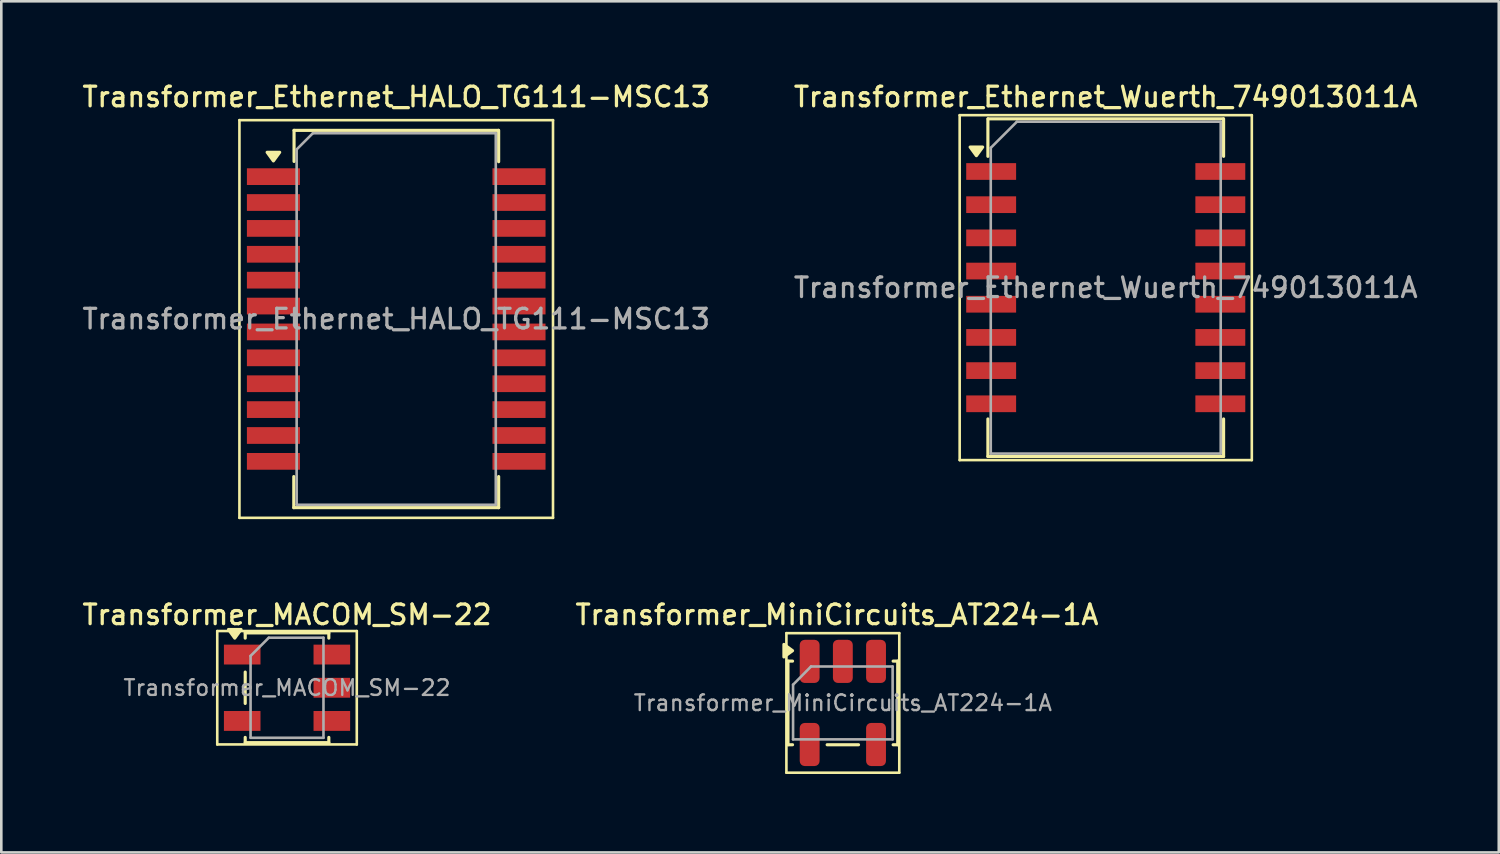
<source format=kicad_pcb>
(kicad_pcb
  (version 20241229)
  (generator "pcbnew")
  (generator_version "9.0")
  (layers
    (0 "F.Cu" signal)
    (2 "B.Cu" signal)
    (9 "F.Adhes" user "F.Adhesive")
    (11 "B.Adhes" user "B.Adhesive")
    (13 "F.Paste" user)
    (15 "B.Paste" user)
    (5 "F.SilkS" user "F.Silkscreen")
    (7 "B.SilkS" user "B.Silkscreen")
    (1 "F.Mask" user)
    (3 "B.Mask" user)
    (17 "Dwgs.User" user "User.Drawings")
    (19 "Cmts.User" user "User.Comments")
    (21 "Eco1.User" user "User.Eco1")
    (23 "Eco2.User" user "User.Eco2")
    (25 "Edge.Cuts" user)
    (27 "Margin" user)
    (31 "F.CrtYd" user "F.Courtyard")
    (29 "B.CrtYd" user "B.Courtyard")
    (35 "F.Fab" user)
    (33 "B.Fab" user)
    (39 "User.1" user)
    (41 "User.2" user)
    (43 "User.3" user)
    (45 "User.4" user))
  (footprint "Transformer_MACOM_SM-22"
    (layer "F.Cu")
    (at 7.934 23.27)
    (property "Reference" "Transformer_MACOM_SM-22" (at 0 -2.794 0) (layer "F.SilkS") (effects (font (size 0.75 0.75) (thickness 0.125))))
    (attr smd)
    (fp_line (start -2.67 -2.17) (end 2.67 -2.17) (stroke (width 0.1) (type solid)) (layer "F.SilkS"))
    (fp_line (start -2.67 2.17) (end -2.67 -2.17) (stroke (width 0.1) (type solid)) (layer "F.SilkS"))
    (fp_line (start -1.6 -2.1) (end -1.6 -1.9) (stroke (width 0.12) (type solid)) (layer "F.SilkS"))
    (fp_line (start -1.6 -0.6) (end -1.6 0.6) (stroke (width 0.12) (type solid)) (layer "F.SilkS"))
    (fp_line (start -1.6 1.9) (end -1.6 2.1) (stroke (width 0.12) (type solid)) (layer "F.SilkS"))
    (fp_line (start -1.6 2.1) (end 1.6 2.1) (stroke (width 0.12) (type solid)) (layer "F.SilkS"))
    (fp_line (start 1.6 -2.1) (end -1.6 -2.1) (stroke (width 0.12) (type solid)) (layer "F.SilkS"))
    (fp_line (start 1.6 -1.9) (end 1.6 -2.1) (stroke (width 0.12) (type solid)) (layer "F.SilkS"))
    (fp_line (start 1.6 2.1) (end 1.6 1.9) (stroke (width 0.12) (type solid)) (layer "F.SilkS"))
    (fp_line (start 2.67 -2.17) (end 2.67 2.17) (stroke (width 0.1) (type solid)) (layer "F.SilkS"))
    (fp_line (start 2.67 2.17) (end -2.67 2.17) (stroke (width 0.1) (type solid)) (layer "F.SilkS"))
    (fp_poly (pts (xy -2 -1.9) (xy -2.24 -2.23) (xy -1.76 -2.23) (xy -2 -1.9)) (stroke (width 0.12) (type solid)) (fill yes) (layer "F.SilkS"))
    (fp_line (start -1.395 -1.218) (end -0.698 -1.915) (stroke (width 0.1) (type solid)) (layer "F.Fab"))
    (fp_line (start -1.395 1.915) (end -1.395 -1.218) (stroke (width 0.1) (type solid)) (layer "F.Fab"))
    (fp_line (start -0.698 -1.915) (end 1.395 -1.915) (stroke (width 0.1) (type solid)) (layer "F.Fab"))
    (fp_line (start 1.395 -1.915) (end 1.395 1.915) (stroke (width 0.1) (type solid)) (layer "F.Fab"))
    (fp_line (start 1.395 1.915) (end -1.395 1.915) (stroke (width 0.1) (type solid)) (layer "F.Fab"))
    (fp_text user "${REFERENCE}" (at 0 0 0) (layer "F.Fab") (effects (font (size 0.6 0.6) (thickness 0.09))))
    (pad "1" smd rect (at -1.715 -1.27) (size 1.4 0.76) (layers "F.Cu" "F.Mask" "F.Paste"))
    (pad "2" smd rect (at -1.715 1.27) (size 1.4 0.76) (layers "F.Cu" "F.Mask" "F.Paste"))
    (pad "3" smd rect (at 1.715 1.27) (size 1.4 0.76) (layers "F.Cu" "F.Mask" "F.Paste"))
    (pad "4" smd rect (at 1.715 0) (size 1.4 0.76) (layers "F.Cu" "F.Mask" "F.Paste"))
    (pad "5" smd rect (at 1.715 -1.27) (size 1.4 0.76) (layers "F.Cu" "F.Mask" "F.Paste")))
  (footprint "Transformer_Ethernet_Wuerth_749013011A"
    (layer "F.Cu")
    (at 39.266 7.958)
    (property "Reference" "Transformer_Ethernet_Wuerth_749013011A" (at 0 -7.3 0) (layer "F.SilkS") (effects (font (size 0.75 0.75) (thickness 0.125))))
    (attr smd)
    (fp_line (start -5.59 -6.6) (end -5.59 6.6) (stroke (width 0.1) (type solid)) (layer "F.SilkS"))
    (fp_line (start -5.59 -6.6) (end 5.59 -6.6) (stroke (width 0.1) (type solid)) (layer "F.SilkS"))
    (fp_line (start -5.59 6.6) (end 5.59 6.6) (stroke (width 0.1) (type solid)) (layer "F.SilkS"))
    (fp_line (start -4.51 -6.46) (end -4.51 -5.025) (stroke (width 0.12) (type solid)) (layer "F.SilkS"))
    (fp_line (start -4.51 6.46) (end -4.51 5.025) (stroke (width 0.12) (type solid)) (layer "F.SilkS"))
    (fp_line (start -4.51 6.46) (end 4.51 6.46) (stroke (width 0.12) (type solid)) (layer "F.SilkS"))
    (fp_line (start -4.5 -6.46) (end 4.5 -6.46) (stroke (width 0.12) (type solid)) (layer "F.SilkS"))
    (fp_line (start 4.51 -6.46) (end 4.51 -5.025) (stroke (width 0.12) (type solid)) (layer "F.SilkS"))
    (fp_line (start 4.51 6.46) (end 4.51 5.025) (stroke (width 0.12) (type solid)) (layer "F.SilkS"))
    (fp_line (start 5.59 -6.6) (end 5.59 6.6) (stroke (width 0.1) (type solid)) (layer "F.SilkS"))
    (fp_poly (pts (xy -4.95 -5.05) (xy -5.19 -5.38) (xy -4.71 -5.38) (xy -4.95 -5.05)) (stroke (width 0.12) (type solid)) (fill yes) (layer "F.SilkS"))
    (fp_line (start -4.4 -5.35) (end -4.4 6.35) (stroke (width 0.1) (type solid)) (layer "F.Fab"))
    (fp_line (start -4.4 -5.35) (end -3.4 -6.35) (stroke (width 0.1) (type solid)) (layer "F.Fab"))
    (fp_line (start -4.4 6.35) (end 4.4 6.35) (stroke (width 0.1) (type solid)) (layer "F.Fab"))
    (fp_line (start -3.4 -6.35) (end 4.4 -6.35) (stroke (width 0.1) (type solid)) (layer "F.Fab"))
    (fp_line (start 4.4 -6.35) (end 4.4 6.35) (stroke (width 0.1) (type solid)) (layer "F.Fab"))
    (fp_text user "${REFERENCE}" (at 0 0 0) (layer "F.Fab") (effects (font (size 0.75 0.75) (thickness 0.125))))
    (pad "1" smd rect (at -4.385 -4.445) (size 1.91 0.64) (layers "F.Cu" "F.Mask" "F.Paste"))
    (pad "2" smd rect (at -4.385 -3.175) (size 1.91 0.64) (layers "F.Cu" "F.Mask" "F.Paste"))
    (pad "3" smd rect (at -4.385 -1.905) (size 1.91 0.64) (layers "F.Cu" "F.Mask" "F.Paste"))
    (pad "4" smd rect (at -4.385 -0.635) (size 1.91 0.64) (layers "F.Cu" "F.Mask" "F.Paste"))
    (pad "5" smd rect (at -4.385 0.635) (size 1.91 0.64) (layers "F.Cu" "F.Mask" "F.Paste"))
    (pad "6" smd rect (at -4.385 1.905) (size 1.91 0.64) (layers "F.Cu" "F.Mask" "F.Paste"))
    (pad "7" smd rect (at -4.385 3.175) (size 1.91 0.64) (layers "F.Cu" "F.Mask" "F.Paste"))
    (pad "8" smd rect (at -4.385 4.445) (size 1.91 0.64) (layers "F.Cu" "F.Mask" "F.Paste"))
    (pad "9" smd rect (at 4.385 4.445) (size 1.91 0.64) (layers "F.Cu" "F.Mask" "F.Paste"))
    (pad "10" smd rect (at 4.385 3.175) (size 1.91 0.64) (layers "F.Cu" "F.Mask" "F.Paste"))
    (pad "11" smd rect (at 4.385 1.905) (size 1.91 0.64) (layers "F.Cu" "F.Mask" "F.Paste"))
    (pad "12" smd rect (at 4.385 0.635) (size 1.91 0.64) (layers "F.Cu" "F.Mask" "F.Paste"))
    (pad "13" smd rect (at 4.385 -0.635) (size 1.91 0.64) (layers "F.Cu" "F.Mask" "F.Paste"))
    (pad "14" smd rect (at 4.385 -1.905) (size 1.91 0.64) (layers "F.Cu" "F.Mask" "F.Paste"))
    (pad "15" smd rect (at 4.385 -3.175) (size 1.91 0.64) (layers "F.Cu" "F.Mask" "F.Paste"))
    (pad "16" smd rect (at 4.385 -4.445) (size 1.91 0.64) (layers "F.Cu" "F.Mask" "F.Paste")))
  (footprint "Transformer_MiniCircuits_AT224-1A"
    (layer "F.Cu")
    (at 29.205 23.851)
    (property "Reference" "Transformer_MiniCircuits_AT224-1A" (at -0.225 -3.375 0) (layer "F.SilkS") (effects (font (size 0.75 0.75) (thickness 0.125))))
    (attr smd)
    (fp_line (start -2.16 -2.67) (end 2.16 -2.67) (stroke (width 0.1) (type solid)) (layer "F.SilkS"))
    (fp_line (start -2.16 2.67) (end -2.16 -2.67) (stroke (width 0.1) (type solid)) (layer "F.SilkS"))
    (fp_line (start -2.1 -1.6) (end -1.925 -1.6) (stroke (width 0.12) (type solid)) (layer "F.SilkS"))
    (fp_line (start -2.1 1.6) (end -2.1 -1.6) (stroke (width 0.12) (type solid)) (layer "F.SilkS"))
    (fp_line (start -1.925 1.6) (end -2.1 1.6) (stroke (width 0.12) (type solid)) (layer "F.SilkS"))
    (fp_line (start -0.6 1.6) (end 0.6 1.6) (stroke (width 0.12) (type solid)) (layer "F.SilkS"))
    (fp_line (start 1.925 1.6) (end 2.1 1.6) (stroke (width 0.12) (type solid)) (layer "F.SilkS"))
    (fp_line (start 2.1 -1.6) (end 1.925 -1.6) (stroke (width 0.12) (type solid)) (layer "F.SilkS"))
    (fp_line (start 2.1 1.6) (end 2.1 -1.6) (stroke (width 0.12) (type solid)) (layer "F.SilkS"))
    (fp_line (start 2.16 -2.67) (end 2.16 2.67) (stroke (width 0.1) (type solid)) (layer "F.SilkS"))
    (fp_line (start 2.16 2.67) (end -2.16 2.67) (stroke (width 0.1) (type solid)) (layer "F.SilkS"))
    (fp_poly (pts (xy -1.925 -2) (xy -2.255 -1.76) (xy -2.255 -2.24) (xy -1.925 -2)) (stroke (width 0.12) (type solid)) (fill yes) (layer "F.SilkS"))
    (fp_line (start -1.905 1.395) (end -1.905 -0.698) (stroke (width 0.1) (type solid)) (layer "F.Fab"))
    (fp_line (start -1.218 -1.395) (end -1.905 -0.698) (stroke (width 0.1) (type solid)) (layer "F.Fab"))
    (fp_line (start -1.218 -1.395) (end 1.905 -1.395) (stroke (width 0.1) (type solid)) (layer "F.Fab"))
    (fp_line (start 1.905 -1.395) (end 1.905 1.395) (stroke (width 0.1) (type solid)) (layer "F.Fab"))
    (fp_line (start 1.905 1.395) (end -1.905 1.395) (stroke (width 0.1) (type solid)) (layer "F.Fab"))
    (fp_text user "${REFERENCE}" (at 0 0 180) (layer "F.Fab") (effects (font (size 0.6 0.6) (thickness 0.09))))
    (pad "1" smd roundrect (at -1.27 -1.59 90) (size 1.65 0.76) (layers "F.Cu" "F.Mask" "F.Paste") (roundrect_rratio 0.25))
    (pad "2" smd roundrect (at 0 -1.59 90) (size 1.65 0.76) (layers "F.Cu" "F.Mask" "F.Paste") (roundrect_rratio 0.25))
    (pad "3" smd roundrect (at 1.27 -1.59 90) (size 1.65 0.76) (layers "F.Cu" "F.Mask" "F.Paste") (roundrect_rratio 0.25))
    (pad "4" smd roundrect (at 1.27 1.59 90) (size 1.65 0.76) (layers "F.Cu" "F.Mask" "F.Paste") (roundrect_rratio 0.25))
    (pad "6" smd roundrect (at -1.27 1.59 90) (size 1.65 0.76) (layers "F.Cu" "F.Mask" "F.Paste") (roundrect_rratio 0.25)))
  (footprint "Transformer_Ethernet_HALO_TG111-MSC13"
    (layer "F.Cu")
    (at 12.113 9.158)
    (property "Reference" "Transformer_Ethernet_HALO_TG111-MSC13" (at 0 -8.5 0) (layer "F.SilkS") (effects (font (size 0.75 0.75) (thickness 0.125))))
    (attr smd)
    (fp_line (start -6 7.61) (end -6 -7.61) (stroke (width 0.1) (type solid)) (layer "F.SilkS"))
    (fp_line (start -6 7.61) (end 6 7.61) (stroke (width 0.1) (type solid)) (layer "F.SilkS"))
    (fp_line (start -3.92 6.03) (end -3.92 7.22) (stroke (width 0.12) (type solid)) (layer "F.SilkS"))
    (fp_line (start -3.92 7.22) (end 3.92 7.22) (stroke (width 0.12) (type solid)) (layer "F.SilkS"))
    (fp_line (start -3.91 -7.22) (end -3.91 -6.03) (stroke (width 0.12) (type solid)) (layer "F.SilkS"))
    (fp_line (start -3.91 -7.22) (end 3.91 -7.22) (stroke (width 0.12) (type solid)) (layer "F.SilkS"))
    (fp_line (start 3.92 -7.22) (end 3.92 -6.02) (stroke (width 0.12) (type solid)) (layer "F.SilkS"))
    (fp_line (start 3.92 6.03) (end 3.92 7.22) (stroke (width 0.12) (type solid)) (layer "F.SilkS"))
    (fp_line (start 6 -7.61) (end -6 -7.61) (stroke (width 0.1) (type solid)) (layer "F.SilkS"))
    (fp_line (start 6 7.61) (end 6 -7.61) (stroke (width 0.1) (type solid)) (layer "F.SilkS"))
    (fp_poly (pts (xy -4.7 -6.05) (xy -4.94 -6.38) (xy -4.46 -6.38) (xy -4.7 -6.05)) (stroke (width 0.12) (type solid)) (fill yes) (layer "F.SilkS"))
    (fp_line (start -3.81 7.11) (end -3.81 -6.49) (stroke (width 0.1) (type solid)) (layer "F.Fab"))
    (fp_line (start -3.81 7.11) (end 3.81 7.11) (stroke (width 0.1) (type solid)) (layer "F.Fab"))
    (fp_line (start -3.19 -7.11) (end -3.81 -6.49) (stroke (width 0.1) (type solid)) (layer "F.Fab"))
    (fp_line (start -3.19 -7.11) (end 3.81 -7.11) (stroke (width 0.1) (type solid)) (layer "F.Fab"))
    (fp_line (start 3.81 7.11) (end 3.81 -7.11) (stroke (width 0.1) (type solid)) (layer "F.Fab"))
    (fp_text user "${REFERENCE}" (at 0 0 0) (layer "F.Fab") (effects (font (size 0.75 0.75) (thickness 0.125))))
    (pad "1" smd rect (at -4.699 -5.448 270) (size 0.64 2.03) (layers "F.Cu" "F.Mask" "F.Paste"))
    (pad "2" smd rect (at -4.699 -4.458 270) (size 0.64 2.03) (layers "F.Cu" "F.Mask" "F.Paste"))
    (pad "3" smd rect (at -4.699 -3.467 270) (size 0.64 2.03) (layers "F.Cu" "F.Mask" "F.Paste"))
    (pad "4" smd rect (at -4.699 -2.477 270) (size 0.64 2.03) (layers "F.Cu" "F.Mask" "F.Paste"))
    (pad "5" smd rect (at -4.699 -1.486 270) (size 0.64 2.03) (layers "F.Cu" "F.Mask" "F.Paste"))
    (pad "6" smd rect (at -4.699 -0.495 270) (size 0.64 2.03) (layers "F.Cu" "F.Mask" "F.Paste"))
    (pad "7" smd rect (at -4.699 0.495 270) (size 0.64 2.03) (layers "F.Cu" "F.Mask" "F.Paste"))
    (pad "8" smd rect (at -4.699 1.486 270) (size 0.64 2.03) (layers "F.Cu" "F.Mask" "F.Paste"))
    (pad "9" smd rect (at -4.699 2.477 270) (size 0.64 2.03) (layers "F.Cu" "F.Mask" "F.Paste"))
    (pad "10" smd rect (at -4.699 3.467 270) (size 0.64 2.03) (layers "F.Cu" "F.Mask" "F.Paste"))
    (pad "11" smd rect (at -4.699 4.458 270) (size 0.64 2.03) (layers "F.Cu" "F.Mask" "F.Paste"))
    (pad "12" smd rect (at -4.699 5.448 270) (size 0.64 2.03) (layers "F.Cu" "F.Mask" "F.Paste"))
    (pad "13" smd rect (at 4.699 5.448 270) (size 0.64 2.03) (layers "F.Cu" "F.Mask" "F.Paste"))
    (pad "14" smd rect (at 4.699 4.458 270) (size 0.64 2.03) (layers "F.Cu" "F.Mask" "F.Paste"))
    (pad "15" smd rect (at 4.699 3.467 270) (size 0.64 2.03) (layers "F.Cu" "F.Mask" "F.Paste"))
    (pad "16" smd rect (at 4.699 2.477 270) (size 0.64 2.03) (layers "F.Cu" "F.Mask" "F.Paste"))
    (pad "17" smd rect (at 4.699 1.486 270) (size 0.64 2.03) (layers "F.Cu" "F.Mask" "F.Paste"))
    (pad "18" smd rect (at 4.699 0.495 270) (size 0.64 2.03) (layers "F.Cu" "F.Mask" "F.Paste"))
    (pad "19" smd rect (at 4.699 -0.495 270) (size 0.64 2.03) (layers "F.Cu" "F.Mask" "F.Paste"))
    (pad "20" smd rect (at 4.699 -1.486 270) (size 0.64 2.03) (layers "F.Cu" "F.Mask" "F.Paste"))
    (pad "21" smd rect (at 4.699 -2.477 270) (size 0.64 2.03) (layers "F.Cu" "F.Mask" "F.Paste"))
    (pad "22" smd rect (at 4.699 -3.467 270) (size 0.64 2.03) (layers "F.Cu" "F.Mask" "F.Paste"))
    (pad "23" smd rect (at 4.699 -4.458 270) (size 0.64 2.03) (layers "F.Cu" "F.Mask" "F.Paste"))
    (pad "24" smd rect (at 4.699 -5.448 270) (size 0.64 2.03) (layers "F.Cu" "F.Mask" "F.Paste")))
  (gr_rect
    (start -3 -3)
    (end 54.307 29.571)
    (stroke (width 0.1) (type default))
    (fill no)
    (layer "Edge.Cuts")))
</source>
